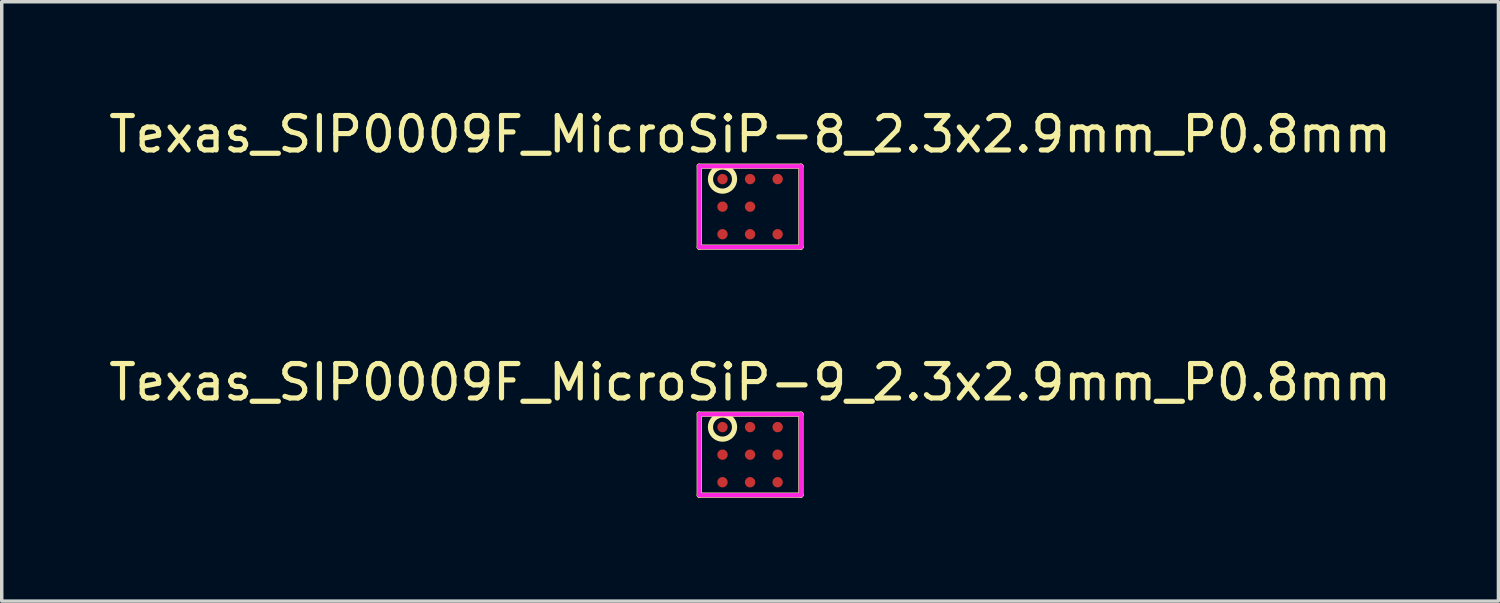
<source format=kicad_pcb>
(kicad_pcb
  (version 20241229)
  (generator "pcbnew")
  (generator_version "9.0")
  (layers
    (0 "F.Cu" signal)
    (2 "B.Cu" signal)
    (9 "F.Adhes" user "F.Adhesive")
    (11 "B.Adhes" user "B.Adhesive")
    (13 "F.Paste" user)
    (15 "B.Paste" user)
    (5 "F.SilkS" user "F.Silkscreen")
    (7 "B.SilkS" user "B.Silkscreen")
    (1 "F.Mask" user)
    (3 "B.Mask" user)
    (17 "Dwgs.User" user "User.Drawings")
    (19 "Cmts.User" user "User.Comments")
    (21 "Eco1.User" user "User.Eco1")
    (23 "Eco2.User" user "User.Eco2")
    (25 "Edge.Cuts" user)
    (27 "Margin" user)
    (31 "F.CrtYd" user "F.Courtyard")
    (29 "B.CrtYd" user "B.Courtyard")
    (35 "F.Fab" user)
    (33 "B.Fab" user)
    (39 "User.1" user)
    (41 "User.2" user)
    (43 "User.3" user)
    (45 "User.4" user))
  (footprint "Texas_SIP0009F_MicroSiP-9_2.3x2.9mm_P0.8mm"
    (layer "F.Cu")
    (at 18.72 10.146)
    (property "Reference" "Texas_SIP0009F_MicroSiP-9_2.3x2.9mm_P0.8mm" (at 0 -2.1 0) (layer "F.SilkS") (effects (font (size 1 1) (thickness 0.15))))
    (attr through_hole)
    (fp_line (start -1.475 -1.175) (end -1.475 1.175) (stroke (width 0.15) (type solid)) (layer "F.SilkS"))
    (fp_line (start -1.475 1.175) (end 1.475 1.175) (stroke (width 0.15) (type solid)) (layer "F.SilkS"))
    (fp_line (start 1.475 -1.175) (end -1.475 -1.175) (stroke (width 0.15) (type solid)) (layer "F.SilkS"))
    (fp_line (start 1.475 1.175) (end 1.475 -1.175) (stroke (width 0.15) (type solid)) (layer "F.SilkS"))
    (fp_circle (center -0.8 -0.8) (end -0.45 -0.8) (stroke (width 0.15) (type solid)) (fill no) (layer "F.SilkS"))
    (fp_line (start -1.475 -1.175) (end -1.475 1.175) (stroke (width 0.12) (type solid)) (layer "F.CrtYd"))
    (fp_line (start -1.475 1.175) (end 1.475 1.175) (stroke (width 0.12) (type solid)) (layer "F.CrtYd"))
    (fp_line (start 1.475 -1.175) (end -1.475 -1.175) (stroke (width 0.12) (type solid)) (layer "F.CrtYd"))
    (fp_line (start 1.475 1.175) (end 1.475 -1.175) (stroke (width 0.12) (type solid)) (layer "F.CrtYd"))
    (pad "1" smd circle (at -0.8 -0.8) (size 0.3 0.3) (layers "F.Cu" "F.Mask" "F.Paste"))
    (pad "2" smd circle (at 0 -0.8) (size 0.3 0.3) (layers "F.Cu" "F.Mask" "F.Paste"))
    (pad "3" smd circle (at 0.8 -0.8) (size 0.3 0.3) (layers "F.Cu" "F.Mask" "F.Paste"))
    (pad "4" smd circle (at -0.8 0) (size 0.3 0.3) (layers "F.Cu" "F.Mask" "F.Paste"))
    (pad "5" smd circle (at 0 0) (size 0.3 0.3) (layers "F.Cu" "F.Mask" "F.Paste"))
    (pad "6" smd circle (at 0.8 0) (size 0.3 0.3) (layers "F.Cu" "F.Mask" "F.Paste"))
    (pad "7" smd circle (at -0.8 0.8) (size 0.3 0.3) (layers "F.Cu" "F.Mask" "F.Paste"))
    (pad "8" smd circle (at 0 0.8) (size 0.3 0.3) (layers "F.Cu" "F.Mask" "F.Paste"))
    (pad "9" smd circle (at 0.8 0.8) (size 0.3 0.3) (layers "F.Cu" "F.Mask" "F.Paste")))
  (footprint "Texas_SIP0009F_MicroSiP-8_2.3x2.9mm_P0.8mm"
    (layer "F.Cu")
    (at 18.72 2.948)
    (property "Reference" "Texas_SIP0009F_MicroSiP-8_2.3x2.9mm_P0.8mm" (at 0 -2.1 0) (layer "F.SilkS") (effects (font (size 1 1) (thickness 0.15))))
    (attr through_hole)
    (fp_line (start -1.475 -1.175) (end -1.475 1.175) (stroke (width 0.15) (type solid)) (layer "F.SilkS"))
    (fp_line (start -1.475 1.175) (end 1.475 1.175) (stroke (width 0.15) (type solid)) (layer "F.SilkS"))
    (fp_line (start 1.475 -1.175) (end -1.475 -1.175) (stroke (width 0.15) (type solid)) (layer "F.SilkS"))
    (fp_line (start 1.475 1.175) (end 1.475 -1.175) (stroke (width 0.15) (type solid)) (layer "F.SilkS"))
    (fp_circle (center -0.8 -0.8) (end -0.45 -0.8) (stroke (width 0.15) (type solid)) (fill no) (layer "F.SilkS"))
    (fp_line (start -1.475 -1.175) (end -1.475 1.175) (stroke (width 0.12) (type solid)) (layer "F.CrtYd"))
    (fp_line (start -1.475 1.175) (end 1.475 1.175) (stroke (width 0.12) (type solid)) (layer "F.CrtYd"))
    (fp_line (start 1.475 -1.175) (end -1.475 -1.175) (stroke (width 0.12) (type solid)) (layer "F.CrtYd"))
    (fp_line (start 1.475 1.175) (end 1.475 -1.175) (stroke (width 0.12) (type solid)) (layer "F.CrtYd"))
    (pad "1" smd circle (at -0.8 -0.8) (size 0.3 0.3) (layers "F.Cu" "F.Mask" "F.Paste"))
    (pad "2" smd circle (at 0 -0.8) (size 0.3 0.3) (layers "F.Cu" "F.Mask" "F.Paste"))
    (pad "3" smd circle (at 0.8 -0.8) (size 0.3 0.3) (layers "F.Cu" "F.Mask" "F.Paste"))
    (pad "4" smd circle (at -0.8 0) (size 0.3 0.3) (layers "F.Cu" "F.Mask" "F.Paste"))
    (pad "5" smd circle (at 0 0) (size 0.3 0.3) (layers "F.Cu" "F.Mask" "F.Paste"))
    (pad "6" smd circle (at -0.8 0.8) (size 0.3 0.3) (layers "F.Cu" "F.Mask" "F.Paste"))
    (pad "7" smd circle (at 0 0.8) (size 0.3 0.3) (layers "F.Cu" "F.Mask" "F.Paste"))
    (pad "8" smd circle (at 0.8 0.8) (size 0.3 0.3) (layers "F.Cu" "F.Mask" "F.Paste")))
  (gr_rect
    (start -3 -3)
    (end 40.44 14.396)
    (stroke (width 0.1) (type default))
    (fill no)
    (layer "Edge.Cuts")))
</source>
